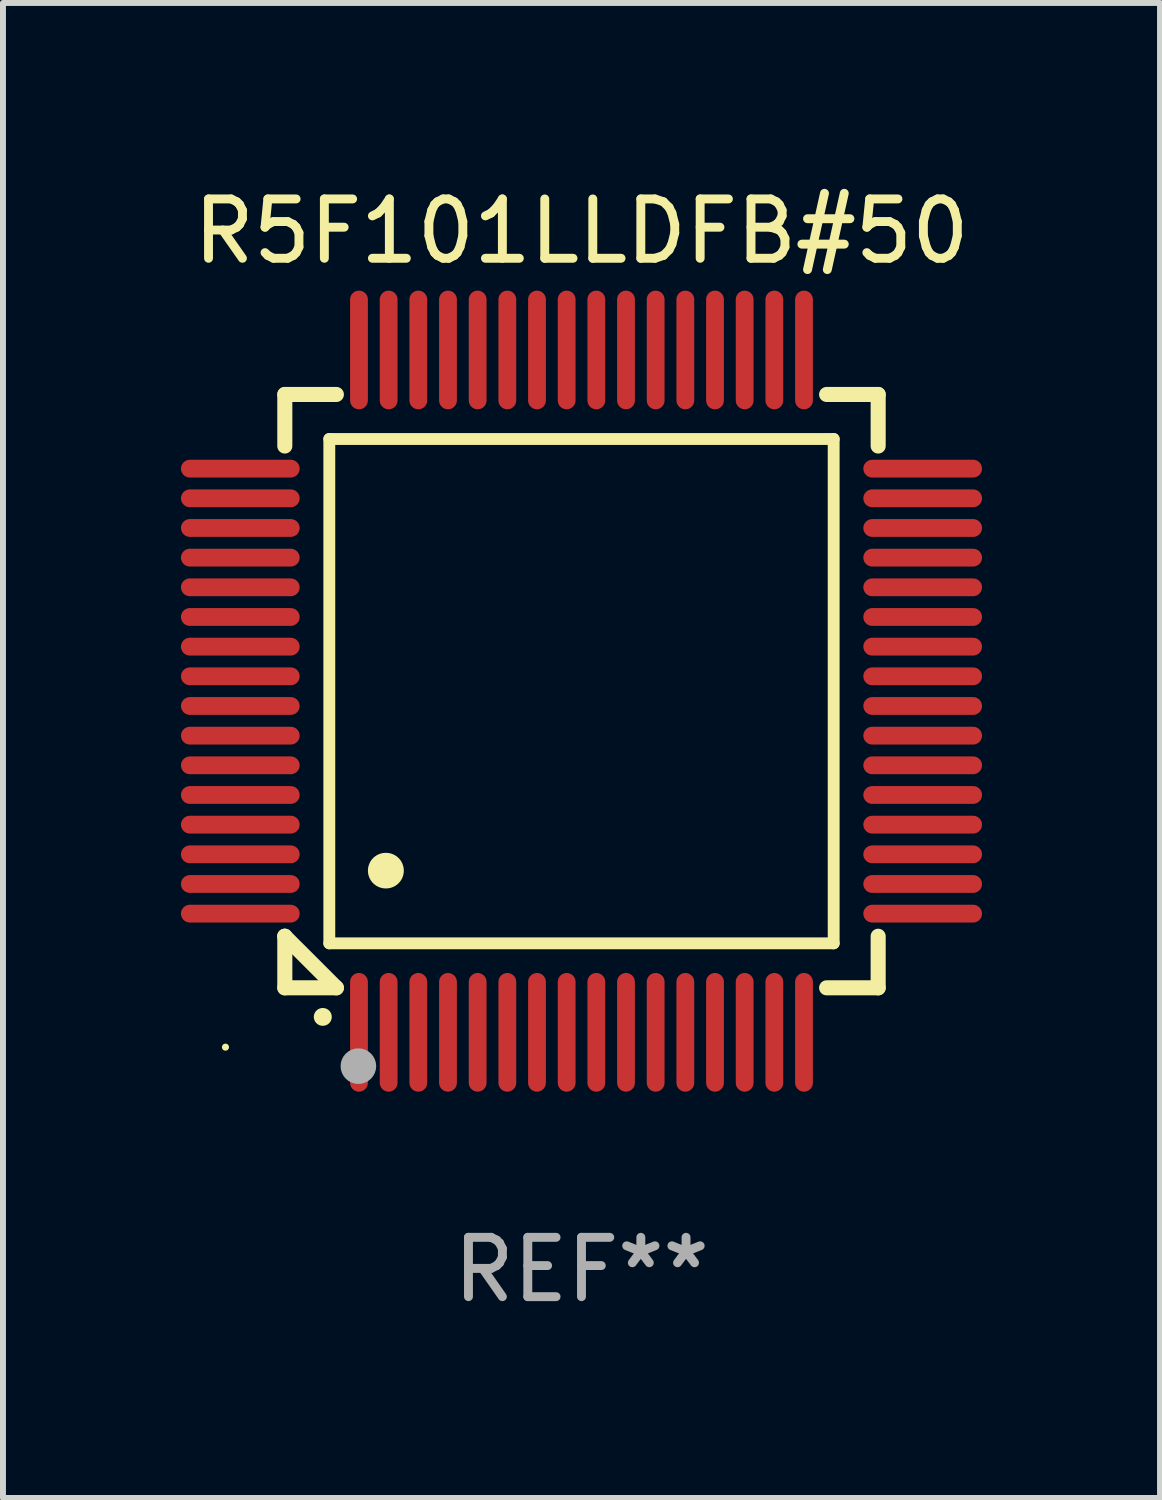
<source format=kicad_pcb>
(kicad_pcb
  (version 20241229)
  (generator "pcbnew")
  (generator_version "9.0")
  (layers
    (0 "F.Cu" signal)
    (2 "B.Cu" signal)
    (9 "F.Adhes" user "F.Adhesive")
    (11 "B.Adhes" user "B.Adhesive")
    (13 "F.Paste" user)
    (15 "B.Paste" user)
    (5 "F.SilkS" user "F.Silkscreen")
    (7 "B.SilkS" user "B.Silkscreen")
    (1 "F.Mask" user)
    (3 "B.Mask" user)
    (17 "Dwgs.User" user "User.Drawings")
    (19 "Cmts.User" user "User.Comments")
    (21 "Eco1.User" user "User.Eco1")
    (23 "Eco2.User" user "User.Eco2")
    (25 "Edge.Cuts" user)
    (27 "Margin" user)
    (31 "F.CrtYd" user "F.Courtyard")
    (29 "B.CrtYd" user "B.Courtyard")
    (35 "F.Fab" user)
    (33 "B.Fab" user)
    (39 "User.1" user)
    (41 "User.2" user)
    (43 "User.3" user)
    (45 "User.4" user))
  (footprint "R5F101LLDFB#50"
    (layer "F.Cu")
    (at 6.75 8.598)
    (property "Reference" "R5F101LLDFB#50" (at 0 -7.75 0) (layer "F.SilkS") (effects (font (size 1 1) (thickness 0.15))))
    (attr through_hole)
    (fp_line (start -5 -5) (end -4.131 -5) (stroke (width 0.254) (type solid)) (layer "F.SilkS"))
    (fp_line (start -5 -4.131) (end -5 -5) (stroke (width 0.254) (type solid)) (layer "F.SilkS"))
    (fp_line (start -5 4.131) (end -5 4.131) (stroke (width 0.254) (type solid)) (layer "F.SilkS"))
    (fp_line (start -5 5) (end -5 4.131) (stroke (width 0.254) (type solid)) (layer "F.SilkS"))
    (fp_line (start -5 4.131) (end -4.131 5) (stroke (width 0.254) (type solid)) (layer "F.SilkS"))
    (fp_line (start -4.25 -4.25) (end -4.25 4.25) (stroke (width 0.2) (type solid)) (layer "F.SilkS"))
    (fp_line (start -4.25 4.25) (end 4.25 4.25) (stroke (width 0.2) (type solid)) (layer "F.SilkS"))
    (fp_line (start -4.131 5) (end -5 5) (stroke (width 0.254) (type solid)) (layer "F.SilkS"))
    (fp_line (start 4.25 -4.25) (end -4.25 -4.25) (stroke (width 0.2) (type solid)) (layer "F.SilkS"))
    (fp_line (start 4.25 4.25) (end 4.25 -4.25) (stroke (width 0.2) (type solid)) (layer "F.SilkS"))
    (fp_line (start 5 -5) (end 4.131 -5) (stroke (width 0.254) (type solid)) (layer "F.SilkS"))
    (fp_line (start 5 -5) (end 5 -4.131) (stroke (width 0.254) (type solid)) (layer "F.SilkS"))
    (fp_line (start 5 4.131) (end 5 5) (stroke (width 0.254) (type solid)) (layer "F.SilkS"))
    (fp_line (start 5 5) (end 4.131 5) (stroke (width 0.254) (type solid)) (layer "F.SilkS"))
    (fp_arc (start -4.361265 5.489992) (mid -4.359995 5.489987) (end -4.358725 5.489992) (stroke (width 0.3) (type solid)) (layer "F.SilkS"))
    (fp_arc (start -3.299467 3.025146) (mid -3.296927 3.025135) (end -3.294387 3.025146) (stroke (width 0.6) (type solid)) (layer "F.SilkS"))
    (fp_circle (center -6 6) (end -5.97 6) (stroke (width 0.06) (type solid)) (fill no) (layer "F.SilkS"))
    (fp_circle (center -3.76 6.32) (end -3.61 6.32) (stroke (width 0.3) (type solid)) (fill no) (layer "F.Fab"))
    (fp_text user "REF**" (at 0 9.75 0) (layer "F.Fab") (effects (font (size 1 1) (thickness 0.15))))
    (pad "1" smd oval (at -3.75 5.75) (size 0.3 2) (layers "F.Cu" "F.Mask" "F.Paste"))
    (pad "2" smd oval (at -3.25 5.75) (size 0.3 2) (layers "F.Cu" "F.Mask" "F.Paste"))
    (pad "3" smd oval (at -2.75 5.75) (size 0.3 2) (layers "F.Cu" "F.Mask" "F.Paste"))
    (pad "4" smd oval (at -2.25 5.75) (size 0.3 2) (layers "F.Cu" "F.Mask" "F.Paste"))
    (pad "5" smd oval (at -1.75 5.75) (size 0.3 2) (layers "F.Cu" "F.Mask" "F.Paste"))
    (pad "6" smd oval (at -1.25 5.75) (size 0.3 2) (layers "F.Cu" "F.Mask" "F.Paste"))
    (pad "7" smd oval (at -0.75 5.75) (size 0.3 2) (layers "F.Cu" "F.Mask" "F.Paste"))
    (pad "8" smd oval (at -0.25 5.75) (size 0.3 2) (layers "F.Cu" "F.Mask" "F.Paste"))
    (pad "9" smd oval (at 0.25 5.75) (size 0.3 2) (layers "F.Cu" "F.Mask" "F.Paste"))
    (pad "10" smd oval (at 0.75 5.75) (size 0.3 2) (layers "F.Cu" "F.Mask" "F.Paste"))
    (pad "11" smd oval (at 1.25 5.75) (size 0.3 2) (layers "F.Cu" "F.Mask" "F.Paste"))
    (pad "12" smd oval (at 1.75 5.75) (size 0.3 2) (layers "F.Cu" "F.Mask" "F.Paste"))
    (pad "13" smd oval (at 2.25 5.75) (size 0.3 2) (layers "F.Cu" "F.Mask" "F.Paste"))
    (pad "14" smd oval (at 2.75 5.75) (size 0.3 2) (layers "F.Cu" "F.Mask" "F.Paste"))
    (pad "15" smd oval (at 3.25 5.75) (size 0.3 2) (layers "F.Cu" "F.Mask" "F.Paste"))
    (pad "16" smd oval (at 3.75 5.75) (size 0.3 2) (layers "F.Cu" "F.Mask" "F.Paste"))
    (pad "17" smd oval (at 5.75 3.75) (size 2 0.3) (layers "F.Cu" "F.Mask" "F.Paste"))
    (pad "18" smd oval (at 5.75 3.25) (size 2 0.3) (layers "F.Cu" "F.Mask" "F.Paste"))
    (pad "19" smd oval (at 5.75 2.75) (size 2 0.3) (layers "F.Cu" "F.Mask" "F.Paste"))
    (pad "20" smd oval (at 5.75 2.25) (size 2 0.3) (layers "F.Cu" "F.Mask" "F.Paste"))
    (pad "21" smd oval (at 5.75 1.75) (size 2 0.3) (layers "F.Cu" "F.Mask" "F.Paste"))
    (pad "22" smd oval (at 5.75 1.25) (size 2 0.3) (layers "F.Cu" "F.Mask" "F.Paste"))
    (pad "23" smd oval (at 5.75 0.75) (size 2 0.3) (layers "F.Cu" "F.Mask" "F.Paste"))
    (pad "24" smd oval (at 5.75 0.25) (size 2 0.3) (layers "F.Cu" "F.Mask" "F.Paste"))
    (pad "25" smd oval (at 5.75 -0.25) (size 2 0.3) (layers "F.Cu" "F.Mask" "F.Paste"))
    (pad "26" smd oval (at 5.75 -0.75) (size 2 0.3) (layers "F.Cu" "F.Mask" "F.Paste"))
    (pad "27" smd oval (at 5.75 -1.25) (size 2 0.3) (layers "F.Cu" "F.Mask" "F.Paste"))
    (pad "28" smd oval (at 5.75 -1.75) (size 2 0.3) (layers "F.Cu" "F.Mask" "F.Paste"))
    (pad "29" smd oval (at 5.75 -2.25) (size 2 0.3) (layers "F.Cu" "F.Mask" "F.Paste"))
    (pad "30" smd oval (at 5.75 -2.75) (size 2 0.3) (layers "F.Cu" "F.Mask" "F.Paste"))
    (pad "31" smd oval (at 5.75 -3.25) (size 2 0.3) (layers "F.Cu" "F.Mask" "F.Paste"))
    (pad "32" smd oval (at 5.75 -3.75) (size 2 0.3) (layers "F.Cu" "F.Mask" "F.Paste"))
    (pad "33" smd oval (at 3.75 -5.75) (size 0.3 2) (layers "F.Cu" "F.Mask" "F.Paste"))
    (pad "34" smd oval (at 3.25 -5.75) (size 0.3 2) (layers "F.Cu" "F.Mask" "F.Paste"))
    (pad "35" smd oval (at 2.75 -5.75) (size 0.3 2) (layers "F.Cu" "F.Mask" "F.Paste"))
    (pad "36" smd oval (at 2.25 -5.75) (size 0.3 2) (layers "F.Cu" "F.Mask" "F.Paste"))
    (pad "37" smd oval (at 1.75 -5.75) (size 0.3 2) (layers "F.Cu" "F.Mask" "F.Paste"))
    (pad "38" smd oval (at 1.25 -5.75) (size 0.3 2) (layers "F.Cu" "F.Mask" "F.Paste"))
    (pad "39" smd oval (at 0.75 -5.75) (size 0.3 2) (layers "F.Cu" "F.Mask" "F.Paste"))
    (pad "40" smd oval (at 0.25 -5.75) (size 0.3 2) (layers "F.Cu" "F.Mask" "F.Paste"))
    (pad "41" smd oval (at -0.25 -5.75) (size 0.3 2) (layers "F.Cu" "F.Mask" "F.Paste"))
    (pad "42" smd oval (at -0.75 -5.75) (size 0.3 2) (layers "F.Cu" "F.Mask" "F.Paste"))
    (pad "43" smd oval (at -1.25 -5.75) (size 0.3 2) (layers "F.Cu" "F.Mask" "F.Paste"))
    (pad "44" smd oval (at -1.75 -5.75) (size 0.3 2) (layers "F.Cu" "F.Mask" "F.Paste"))
    (pad "45" smd oval (at -2.25 -5.75) (size 0.3 2) (layers "F.Cu" "F.Mask" "F.Paste"))
    (pad "46" smd oval (at -2.75 -5.75) (size 0.3 2) (layers "F.Cu" "F.Mask" "F.Paste"))
    (pad "47" smd oval (at -3.25 -5.75) (size 0.3 2) (layers "F.Cu" "F.Mask" "F.Paste"))
    (pad "48" smd oval (at -3.75 -5.75) (size 0.3 2) (layers "F.Cu" "F.Mask" "F.Paste"))
    (pad "49" smd oval (at -5.75 -3.75) (size 2 0.3) (layers "F.Cu" "F.Mask" "F.Paste"))
    (pad "50" smd oval (at -5.75 -3.25) (size 2 0.3) (layers "F.Cu" "F.Mask" "F.Paste"))
    (pad "51" smd oval (at -5.75 -2.75) (size 2 0.3) (layers "F.Cu" "F.Mask" "F.Paste"))
    (pad "52" smd oval (at -5.75 -2.25) (size 2 0.3) (layers "F.Cu" "F.Mask" "F.Paste"))
    (pad "53" smd oval (at -5.75 -1.75) (size 2 0.3) (layers "F.Cu" "F.Mask" "F.Paste"))
    (pad "54" smd oval (at -5.75 -1.25) (size 2 0.3) (layers "F.Cu" "F.Mask" "F.Paste"))
    (pad "55" smd oval (at -5.75 -0.75) (size 2 0.3) (layers "F.Cu" "F.Mask" "F.Paste"))
    (pad "56" smd oval (at -5.75 -0.25) (size 2 0.3) (layers "F.Cu" "F.Mask" "F.Paste"))
    (pad "57" smd oval (at -5.75 0.25) (size 2 0.3) (layers "F.Cu" "F.Mask" "F.Paste"))
    (pad "58" smd oval (at -5.75 0.75) (size 2 0.3) (layers "F.Cu" "F.Mask" "F.Paste"))
    (pad "59" smd oval (at -5.75 1.25) (size 2 0.3) (layers "F.Cu" "F.Mask" "F.Paste"))
    (pad "60" smd oval (at -5.75 1.75) (size 2 0.3) (layers "F.Cu" "F.Mask" "F.Paste"))
    (pad "61" smd oval (at -5.75 2.25) (size 2 0.3) (layers "F.Cu" "F.Mask" "F.Paste"))
    (pad "62" smd oval (at -5.75 2.75) (size 2 0.3) (layers "F.Cu" "F.Mask" "F.Paste"))
    (pad "63" smd oval (at -5.75 3.25) (size 2 0.3) (layers "F.Cu" "F.Mask" "F.Paste"))
    (pad "64" smd oval (at -5.75 3.75) (size 2 0.3) (layers "F.Cu" "F.Mask" "F.Paste")))
  (gr_rect
    (start -3 -3)
    (end 16.5 22.196)
    (stroke (width 0.1) (type default))
    (fill no)
    (layer "Edge.Cuts")))
</source>
